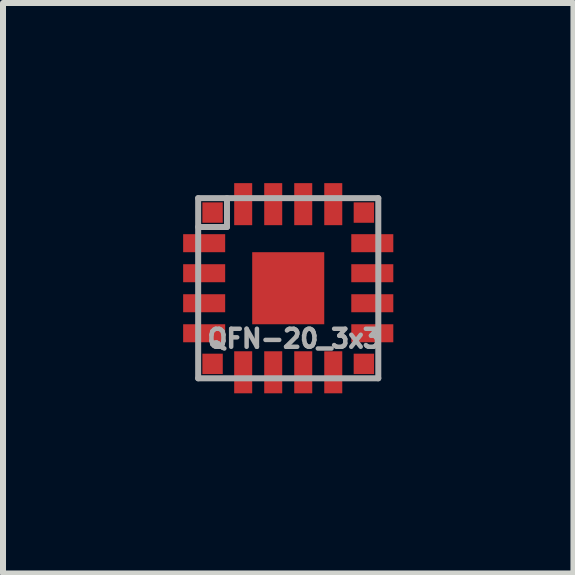
<source format=kicad_pcb>
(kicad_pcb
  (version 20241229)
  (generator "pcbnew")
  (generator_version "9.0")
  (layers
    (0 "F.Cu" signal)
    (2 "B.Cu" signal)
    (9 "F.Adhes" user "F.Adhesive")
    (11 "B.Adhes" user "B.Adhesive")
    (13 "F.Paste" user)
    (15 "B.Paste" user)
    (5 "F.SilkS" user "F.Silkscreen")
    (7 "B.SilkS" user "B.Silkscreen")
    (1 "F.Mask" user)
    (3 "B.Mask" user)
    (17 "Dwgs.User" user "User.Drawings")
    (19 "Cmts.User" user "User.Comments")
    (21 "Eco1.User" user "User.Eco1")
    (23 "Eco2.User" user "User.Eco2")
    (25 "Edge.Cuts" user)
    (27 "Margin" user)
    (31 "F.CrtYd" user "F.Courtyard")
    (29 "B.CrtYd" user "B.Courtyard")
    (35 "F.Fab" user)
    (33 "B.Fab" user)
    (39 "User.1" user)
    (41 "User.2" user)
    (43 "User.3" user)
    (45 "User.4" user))
  (footprint "QFN-20_3x3"
    (layer "F.Cu")
    (at 1.75 1.75)
    (property "Reference" "QFN-20_3x3" (at 0.1 0.84 0) (layer "F.Fab") (effects (font (size 0.3 0.3) (thickness 0.075))))
    (attr through_hole)
    (fp_line (start -1.5 -1.5) (end -1.5 1.5) (stroke (width 0.1) (type solid)) (layer "F.Fab"))
    (fp_line (start -1.5 -1.5) (end 1.5 -1.5) (stroke (width 0.1) (type solid)) (layer "F.Fab"))
    (fp_line (start -1.5 1.5) (end 1.5 1.5) (stroke (width 0.1) (type solid)) (layer "F.Fab"))
    (fp_line (start -1.02 -1.5) (end -1.02 -1.03) (stroke (width 0.1) (type solid)) (layer "F.Fab"))
    (fp_line (start -1.02 -1.03) (end -1.02 -1.02) (stroke (width 0.1) (type solid)) (layer "F.Fab"))
    (fp_line (start -1.02 -1.02) (end -1.5 -1.02) (stroke (width 0.1) (type solid)) (layer "F.Fab"))
    (fp_line (start 1.5 -1.5) (end 1.5 1.5) (stroke (width 0.1) (type solid)) (layer "F.Fab"))
    (pad "1" smd rect (at -1.26 -1.26) (size 0.34 0.34) (layers "F.Cu" "F.Mask" "F.Paste"))
    (pad "2" smd rect (at -1.4 -0.75) (size 0.7 0.3) (layers "F.Cu" "F.Mask" "F.Paste"))
    (pad "3" smd rect (at -1.4 -0.25) (size 0.7 0.3) (layers "F.Cu" "F.Mask" "F.Paste"))
    (pad "4" smd rect (at -1.4 0.25) (size 0.7 0.3) (layers "F.Cu" "F.Mask" "F.Paste"))
    (pad "5" smd rect (at -1.4 0.75) (size 0.7 0.3) (layers "F.Cu" "F.Mask" "F.Paste"))
    (pad "6" smd rect (at -1.26 1.26) (size 0.34 0.34) (layers "F.Cu" "F.Mask" "F.Paste"))
    (pad "7" smd rect (at -0.75 1.4) (size 0.3 0.7) (layers "F.Cu" "F.Mask" "F.Paste"))
    (pad "8" smd rect (at -0.25 1.4) (size 0.3 0.7) (layers "F.Cu" "F.Mask" "F.Paste"))
    (pad "9" smd rect (at 0.25 1.4) (size 0.3 0.7) (layers "F.Cu" "F.Mask" "F.Paste"))
    (pad "10" smd rect (at 0.75 1.4) (size 0.3 0.7) (layers "F.Cu" "F.Mask" "F.Paste"))
    (pad "11" smd rect (at 1.26 1.26) (size 0.34 0.34) (layers "F.Cu" "F.Mask" "F.Paste"))
    (pad "12" smd rect (at 1.4 0.75) (size 0.7 0.3) (layers "F.Cu" "F.Mask" "F.Paste"))
    (pad "13" smd rect (at 1.4 0.25) (size 0.7 0.3) (layers "F.Cu" "F.Mask" "F.Paste"))
    (pad "14" smd rect (at 1.4 -0.25) (size 0.7 0.3) (layers "F.Cu" "F.Mask" "F.Paste"))
    (pad "15" smd rect (at 1.4 -0.75) (size 0.7 0.3) (layers "F.Cu" "F.Mask" "F.Paste"))
    (pad "16" smd rect (at 1.26 -1.26) (size 0.34 0.34) (layers "F.Cu" "F.Mask" "F.Paste"))
    (pad "17" smd rect (at 0.75 -1.4) (size 0.3 0.7) (layers "F.Cu" "F.Mask" "F.Paste"))
    (pad "18" smd rect (at 0.25 -1.4) (size 0.3 0.7) (layers "F.Cu" "F.Mask" "F.Paste"))
    (pad "19" smd rect (at -0.25 -1.4) (size 0.3 0.7) (layers "F.Cu" "F.Mask" "F.Paste"))
    (pad "20" smd rect (at -0.75 -1.4) (size 0.3 0.7) (layers "F.Cu" "F.Mask" "F.Paste"))
    (pad "EP" smd rect (at 0 0) (size 1.2 1.2) (layers "F.Cu" "F.Mask" "F.Paste")))
  (gr_rect
    (start -3 -3)
    (end 6.5 6.5)
    (stroke (width 0.1) (type default))
    (fill no)
    (layer "Edge.Cuts")))
</source>
